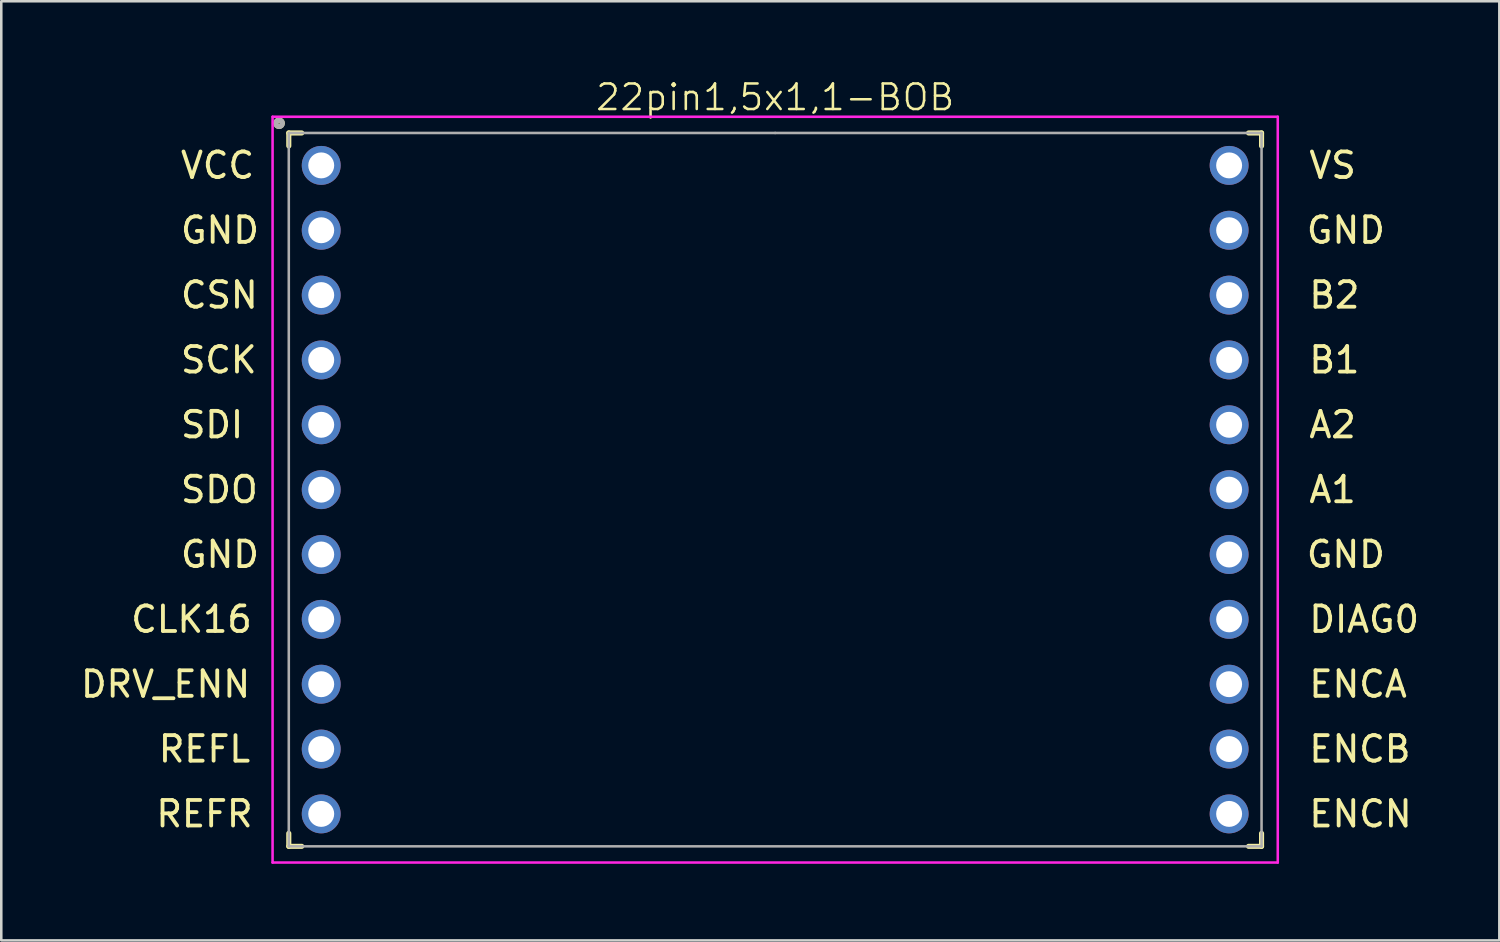
<source format=kicad_pcb>
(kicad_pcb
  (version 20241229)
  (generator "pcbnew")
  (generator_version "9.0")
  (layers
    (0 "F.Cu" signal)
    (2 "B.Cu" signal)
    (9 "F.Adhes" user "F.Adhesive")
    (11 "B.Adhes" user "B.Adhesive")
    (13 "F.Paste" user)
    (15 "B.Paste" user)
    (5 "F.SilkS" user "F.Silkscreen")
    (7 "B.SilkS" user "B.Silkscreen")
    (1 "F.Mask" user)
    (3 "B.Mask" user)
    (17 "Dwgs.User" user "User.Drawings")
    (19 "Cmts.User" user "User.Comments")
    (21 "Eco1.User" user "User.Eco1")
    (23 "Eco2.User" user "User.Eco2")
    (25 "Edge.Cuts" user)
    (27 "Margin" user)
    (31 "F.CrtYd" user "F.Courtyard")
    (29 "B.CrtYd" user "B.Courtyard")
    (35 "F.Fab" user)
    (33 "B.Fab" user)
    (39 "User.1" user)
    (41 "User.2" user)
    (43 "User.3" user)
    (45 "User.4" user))
  (footprint "22pin1,5x1,1-BOB"
    (layer "F.Cu")
    (at 27.311 16.128)
    (property "Reference" "22pin1,5x1,1-BOB" (at 0 -15.367 0) (layer "F.SilkS") (effects (font (size 1 1) (thickness 0.1))))
    (attr through_hole)
    (fp_line (start -19.05 -13.97) (end -19.05 -13.462) (stroke (width 0.2) (type solid)) (layer "F.SilkS"))
    (fp_line (start -19.05 -13.97) (end -18.542 -13.97) (stroke (width 0.2) (type solid)) (layer "F.SilkS"))
    (fp_line (start -19.05 13.97) (end -19.05 13.462) (stroke (width 0.2) (type solid)) (layer "F.SilkS"))
    (fp_line (start -19.05 13.97) (end -18.542 13.97) (stroke (width 0.2) (type solid)) (layer "F.SilkS"))
    (fp_line (start 19.05 -13.97) (end 18.542 -13.97) (stroke (width 0.2) (type solid)) (layer "F.SilkS"))
    (fp_line (start 19.05 -13.97) (end 19.05 -13.462) (stroke (width 0.2) (type solid)) (layer "F.SilkS"))
    (fp_line (start 19.05 13.97) (end 18.542 13.97) (stroke (width 0.2) (type solid)) (layer "F.SilkS"))
    (fp_line (start 19.05 13.97) (end 19.05 13.462) (stroke (width 0.2) (type solid)) (layer "F.SilkS"))
    (fp_circle (center -19.431 -14.351) (end -19.304 -14.351) (stroke (width 0.2) (type solid)) (fill no) (layer "F.SilkS"))
    (fp_line (start -19.685 -14.605) (end 19.685 -14.605) (stroke (width 0.1) (type solid)) (layer "F.CrtYd"))
    (fp_line (start -19.685 14.605) (end -19.685 -14.605) (stroke (width 0.1) (type solid)) (layer "F.CrtYd"))
    (fp_line (start 19.685 -14.605) (end 19.685 14.605) (stroke (width 0.1) (type solid)) (layer "F.CrtYd"))
    (fp_line (start 19.685 14.605) (end -19.685 14.605) (stroke (width 0.1) (type solid)) (layer "F.CrtYd"))
    (fp_line (start -19.05 -13.97) (end 0 -13.97) (stroke (width 0.1) (type solid)) (layer "F.Fab"))
    (fp_line (start -19.05 13.97) (end -19.05 -13.97) (stroke (width 0.1) (type solid)) (layer "F.Fab"))
    (fp_line (start 0 -13.97) (end 19.05 -13.97) (stroke (width 0.1) (type solid)) (layer "F.Fab"))
    (fp_line (start 19.05 -13.97) (end 19.05 13.97) (stroke (width 0.1) (type solid)) (layer "F.Fab"))
    (fp_line (start 19.05 13.97) (end -19.05 13.97) (stroke (width 0.1) (type solid)) (layer "F.Fab"))
    (fp_circle (center -19.431 -14.351) (end -19.304 -14.351) (stroke (width 0.2) (type solid)) (fill no) (layer "F.Fab"))
    (fp_text user "A2" (at 20.828 -2.54 0) (unlocked yes) (layer "F.SilkS") (effects (font (size 1 1) (thickness 0.15)) (justify left)))
    (fp_text user "REFL" (at -22.352 10.16 0) (unlocked yes) (layer "F.SilkS") (effects (font (size 1 1) (thickness 0.15))))
    (fp_text user "CLK16" (at -22.86 5.08 0) (unlocked yes) (layer "F.SilkS") (effects (font (size 1 1) (thickness 0.15))))
    (fp_text user "ENCN" (at 20.828 12.7 0) (unlocked yes) (layer "F.SilkS") (effects (font (size 1 1) (thickness 0.15)) (justify left)))
    (fp_text user "SCK" (at -23.368 -5.08 0) (unlocked yes) (layer "F.SilkS") (effects (font (size 1 1) (thickness 0.15)) (justify left)))
    (fp_text user "A1" (at 20.828 0 0) (unlocked yes) (layer "F.SilkS") (effects (font (size 1 1) (thickness 0.15)) (justify left)))
    (fp_text user "ENCB" (at 20.828 10.16 0) (unlocked yes) (layer "F.SilkS") (effects (font (size 1 1) (thickness 0.15)) (justify left)))
    (fp_text user "REFR" (at -22.352 12.7 0) (unlocked yes) (layer "F.SilkS") (effects (font (size 1 1) (thickness 0.15))))
    (fp_text user "GND" (at 22.352 -10.16 0) (unlocked yes) (layer "F.SilkS") (effects (font (size 1 1) (thickness 0.15))))
    (fp_text user "DRV_ENN" (at -23.876 7.62 0) (unlocked yes) (layer "F.SilkS") (effects (font (size 1 1) (thickness 0.15))))
    (fp_text user "DIAG0" (at 20.828 5.08 0) (unlocked yes) (layer "F.SilkS") (effects (font (size 1 1) (thickness 0.15)) (justify left)))
    (fp_text user "VS" (at 20.828 -12.7 0) (unlocked yes) (layer "F.SilkS") (effects (font (size 1 1) (thickness 0.15)) (justify left)))
    (fp_text user "GND" (at -23.368 2.54 0) (unlocked yes) (layer "F.SilkS") (effects (font (size 1 1) (thickness 0.15)) (justify left)))
    (fp_text user "ENCA" (at 20.828 7.62 0) (unlocked yes) (layer "F.SilkS") (effects (font (size 1 1) (thickness 0.15)) (justify left)))
    (fp_text user "CSN" (at -23.368 -7.62 0) (unlocked yes) (layer "F.SilkS") (effects (font (size 1 1) (thickness 0.15)) (justify left)))
    (fp_text user "SDI" (at -23.368 -2.54 0) (unlocked yes) (layer "F.SilkS") (effects (font (size 1 1) (thickness 0.15)) (justify left)))
    (fp_text user "B1" (at 20.828 -5.08 0) (unlocked yes) (layer "F.SilkS") (effects (font (size 1 1) (thickness 0.15)) (justify left)))
    (fp_text user "B2" (at 20.828 -7.62 0) (unlocked yes) (layer "F.SilkS") (effects (font (size 1 1) (thickness 0.15)) (justify left)))
    (fp_text user "VCC" (at -23.368 -12.7 0) (unlocked yes) (layer "F.SilkS") (effects (font (size 1 1) (thickness 0.15)) (justify left)))
    (fp_text user "GND" (at -23.368 -10.16 0) (unlocked yes) (layer "F.SilkS") (effects (font (size 1 1) (thickness 0.15)) (justify left)))
    (fp_text user "SDO" (at -23.368 0 0) (unlocked yes) (layer "F.SilkS") (effects (font (size 1 1) (thickness 0.15)) (justify left)))
    (fp_text user "GND" (at 22.352 2.54 0) (unlocked yes) (layer "F.SilkS") (effects (font (size 1 1) (thickness 0.15))))
    (pad "1" thru_hole circle (at -17.78 -12.7) (size 1.524 1.524) (drill 1.016) (layers "*.Cu" "*.Mask"))
    (pad "2" thru_hole circle (at -17.78 -10.16) (size 1.524 1.524) (drill 1.016) (layers "*.Cu" "*.Mask"))
    (pad "3" thru_hole circle (at -17.78 -7.62) (size 1.524 1.524) (drill 1.016) (layers "*.Cu" "*.Mask"))
    (pad "4" thru_hole circle (at -17.78 -5.08) (size 1.524 1.524) (drill 1.016) (layers "*.Cu" "*.Mask"))
    (pad "5" thru_hole circle (at -17.78 -2.54) (size 1.524 1.524) (drill 1.016) (layers "*.Cu" "*.Mask"))
    (pad "6" thru_hole circle (at -17.78 0) (size 1.524 1.524) (drill 1.016) (layers "*.Cu" "*.Mask"))
    (pad "7" thru_hole circle (at -17.78 2.54) (size 1.524 1.524) (drill 1.016) (layers "*.Cu" "*.Mask"))
    (pad "8" thru_hole circle (at -17.78 5.08) (size 1.524 1.524) (drill 1.016) (layers "*.Cu" "*.Mask"))
    (pad "9" thru_hole circle (at -17.78 7.62) (size 1.524 1.524) (drill 1.016) (layers "*.Cu" "*.Mask"))
    (pad "10" thru_hole circle (at -17.78 10.16) (size 1.524 1.524) (drill 1.016) (layers "*.Cu" "*.Mask"))
    (pad "11" thru_hole circle (at -17.78 12.7) (size 1.524 1.524) (drill 1.016) (layers "*.Cu" "*.Mask"))
    (pad "12" thru_hole circle (at 17.78 -12.7) (size 1.524 1.524) (drill 1.016) (layers "*.Cu" "*.Mask"))
    (pad "13" thru_hole circle (at 17.78 -10.16) (size 1.524 1.524) (drill 1.016) (layers "*.Cu" "*.Mask"))
    (pad "14" thru_hole circle (at 17.78 -7.62) (size 1.524 1.524) (drill 1.016) (layers "*.Cu" "*.Mask"))
    (pad "15" thru_hole circle (at 17.78 -5.08) (size 1.524 1.524) (drill 1.016) (layers "*.Cu" "*.Mask"))
    (pad "16" thru_hole circle (at 17.78 -2.54) (size 1.524 1.524) (drill 1.016) (layers "*.Cu" "*.Mask"))
    (pad "17" thru_hole circle (at 17.78 0) (size 1.524 1.524) (drill 1.016) (layers "*.Cu" "*.Mask"))
    (pad "18" thru_hole circle (at 17.78 2.54) (size 1.524 1.524) (drill 1.016) (layers "*.Cu" "*.Mask"))
    (pad "19" thru_hole circle (at 17.78 5.08) (size 1.524 1.524) (drill 1.016) (layers "*.Cu" "*.Mask"))
    (pad "20" thru_hole circle (at 17.78 7.62) (size 1.524 1.524) (drill 1.016) (layers "*.Cu" "*.Mask"))
    (pad "21" thru_hole circle (at 17.78 10.16) (size 1.524 1.524) (drill 1.016) (layers "*.Cu" "*.Mask"))
    (pad "22" thru_hole circle (at 17.78 12.7) (size 1.524 1.524) (drill 1.016) (layers "*.Cu" "*.Mask")))
  (gr_rect
    (start -3 -3)
    (end 55.674 33.782)
    (stroke (width 0.1) (type default))
    (fill no)
    (layer "Edge.Cuts")))
</source>
